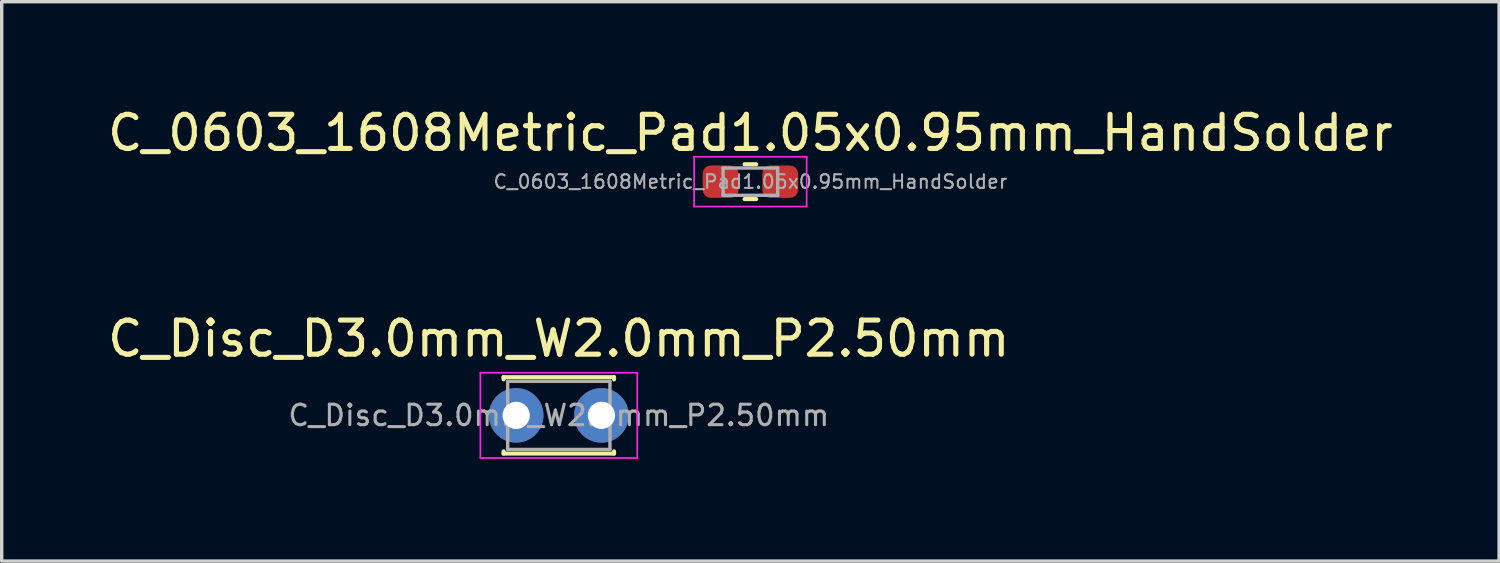
<source format=kicad_pcb>
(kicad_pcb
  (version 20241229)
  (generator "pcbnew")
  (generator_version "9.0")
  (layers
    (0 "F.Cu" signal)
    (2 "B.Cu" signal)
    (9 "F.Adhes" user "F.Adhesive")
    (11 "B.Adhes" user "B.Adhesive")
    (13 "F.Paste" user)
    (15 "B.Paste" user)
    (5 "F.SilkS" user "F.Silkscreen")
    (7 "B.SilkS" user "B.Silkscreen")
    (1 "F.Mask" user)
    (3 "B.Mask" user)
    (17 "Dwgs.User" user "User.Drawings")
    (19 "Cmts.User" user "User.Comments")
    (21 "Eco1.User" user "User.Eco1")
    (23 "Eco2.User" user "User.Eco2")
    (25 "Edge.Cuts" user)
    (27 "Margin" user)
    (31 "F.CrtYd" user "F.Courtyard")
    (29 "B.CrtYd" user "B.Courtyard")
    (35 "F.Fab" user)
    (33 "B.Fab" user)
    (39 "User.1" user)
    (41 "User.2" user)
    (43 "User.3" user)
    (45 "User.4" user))
  (footprint "C_Disc_D3.0mm_W2.0mm_P2.50mm"
    (layer "F.Cu")
    (at 12.089 9.132)
    (property "Reference" "C_Disc_D3.0mm_W2.0mm_P2.50mm" (at 1.25 -2.25 0) (layer "F.SilkS") (effects (font (size 1 1) (thickness 0.15))))
    (attr through_hole)
    (fp_line (start -0.37 -1.12) (end -0.37 -1.055) (stroke (width 0.12) (type solid)) (layer "F.SilkS"))
    (fp_line (start -0.37 -1.12) (end 2.87 -1.12) (stroke (width 0.12) (type solid)) (layer "F.SilkS"))
    (fp_line (start -0.37 1.055) (end -0.37 1.12) (stroke (width 0.12) (type solid)) (layer "F.SilkS"))
    (fp_line (start -0.37 1.12) (end 2.87 1.12) (stroke (width 0.12) (type solid)) (layer "F.SilkS"))
    (fp_line (start 2.87 -1.12) (end 2.87 -1.055) (stroke (width 0.12) (type solid)) (layer "F.SilkS"))
    (fp_line (start 2.87 1.055) (end 2.87 1.12) (stroke (width 0.12) (type solid)) (layer "F.SilkS"))
    (fp_line (start -1.05 -1.25) (end -1.05 1.25) (stroke (width 0.05) (type solid)) (layer "F.CrtYd"))
    (fp_line (start -1.05 1.25) (end 3.55 1.25) (stroke (width 0.05) (type solid)) (layer "F.CrtYd"))
    (fp_line (start 3.55 -1.25) (end -1.05 -1.25) (stroke (width 0.05) (type solid)) (layer "F.CrtYd"))
    (fp_line (start 3.55 1.25) (end 3.55 -1.25) (stroke (width 0.05) (type solid)) (layer "F.CrtYd"))
    (fp_line (start -0.25 -1) (end -0.25 1) (stroke (width 0.1) (type solid)) (layer "F.Fab"))
    (fp_line (start -0.25 1) (end 2.75 1) (stroke (width 0.1) (type solid)) (layer "F.Fab"))
    (fp_line (start 2.75 -1) (end -0.25 -1) (stroke (width 0.1) (type solid)) (layer "F.Fab"))
    (fp_line (start 2.75 1) (end 2.75 -1) (stroke (width 0.1) (type solid)) (layer "F.Fab"))
    (fp_text user "${REFERENCE}" (at 1.25 0 0) (layer "F.Fab") (effects (font (size 0.6 0.6) (thickness 0.09))))
    (pad "1" thru_hole circle (at 0 0) (size 1.6 1.6) (drill 0.8) (layers "*.Cu" "*.Mask"))
    (pad "2" thru_hole circle (at 2.5 0) (size 1.6 1.6) (drill 0.8) (layers "*.Cu" "*.Mask")))
  (footprint "C_0603_1608Metric_Pad1.05x0.95mm_HandSolder"
    (layer "F.Cu")
    (at 18.958 2.278)
    (property "Reference" "C_0603_1608Metric_Pad1.05x0.95mm_HandSolder" (at 0 -1.43 0) (layer "F.SilkS") (effects (font (size 1 1) (thickness 0.15))))
    (attr smd)
    (fp_line (start -0.171 -0.51) (end 0.171 -0.51) (stroke (width 0.12) (type solid)) (layer "F.SilkS"))
    (fp_line (start -0.171 0.51) (end 0.171 0.51) (stroke (width 0.12) (type solid)) (layer "F.SilkS"))
    (fp_line (start -1.65 -0.73) (end 1.65 -0.73) (stroke (width 0.05) (type solid)) (layer "F.CrtYd"))
    (fp_line (start -1.65 0.73) (end -1.65 -0.73) (stroke (width 0.05) (type solid)) (layer "F.CrtYd"))
    (fp_line (start 1.65 -0.73) (end 1.65 0.73) (stroke (width 0.05) (type solid)) (layer "F.CrtYd"))
    (fp_line (start 1.65 0.73) (end -1.65 0.73) (stroke (width 0.05) (type solid)) (layer "F.CrtYd"))
    (fp_line (start -0.8 -0.4) (end 0.8 -0.4) (stroke (width 0.1) (type solid)) (layer "F.Fab"))
    (fp_line (start -0.8 0.4) (end -0.8 -0.4) (stroke (width 0.1) (type solid)) (layer "F.Fab"))
    (fp_line (start 0.8 -0.4) (end 0.8 0.4) (stroke (width 0.1) (type solid)) (layer "F.Fab"))
    (fp_line (start 0.8 0.4) (end -0.8 0.4) (stroke (width 0.1) (type solid)) (layer "F.Fab"))
    (fp_text user "${REFERENCE}" (at 0 0 0) (layer "F.Fab") (effects (font (size 0.4 0.4) (thickness 0.06))))
    (pad "1" smd roundrect (at -0.875 0) (size 1.05 0.95) (layers "F.Cu" "F.Mask" "F.Paste") (roundrect_rratio 0.25))
    (pad "2" smd roundrect (at 0.875 0) (size 1.05 0.95) (layers "F.Cu" "F.Mask" "F.Paste") (roundrect_rratio 0.25)))
  (gr_rect
    (start -3 -3)
    (end 40.917 13.406)
    (stroke (width 0.1) (type default))
    (fill no)
    (layer "Edge.Cuts")))
</source>
